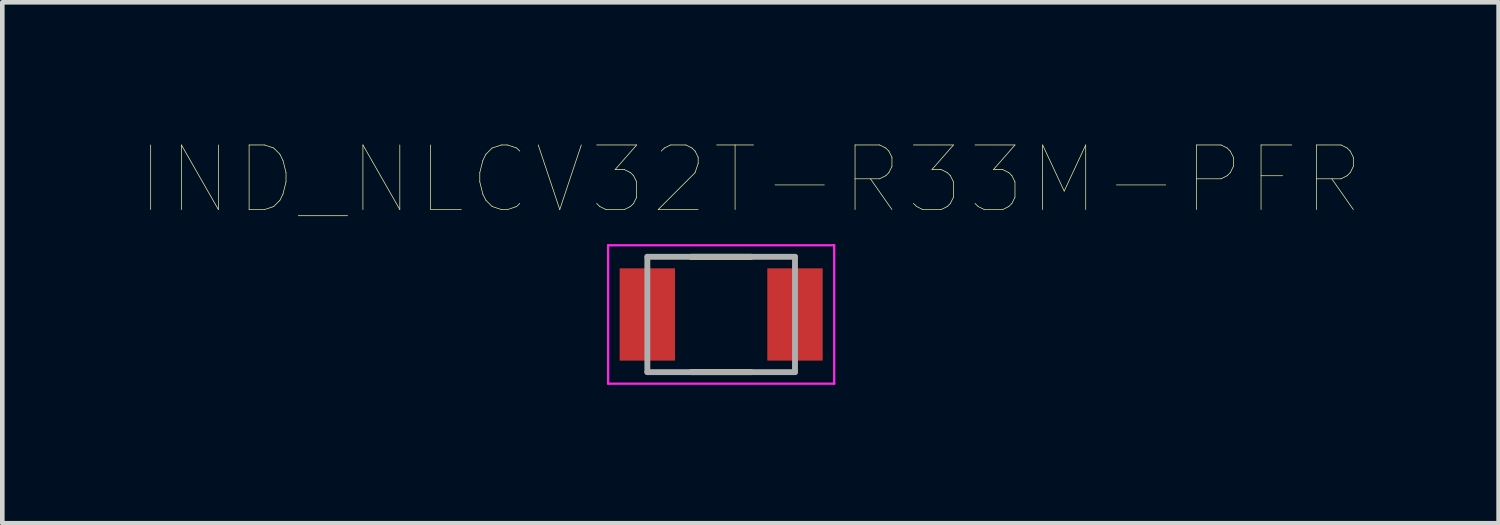
<source format=kicad_pcb>
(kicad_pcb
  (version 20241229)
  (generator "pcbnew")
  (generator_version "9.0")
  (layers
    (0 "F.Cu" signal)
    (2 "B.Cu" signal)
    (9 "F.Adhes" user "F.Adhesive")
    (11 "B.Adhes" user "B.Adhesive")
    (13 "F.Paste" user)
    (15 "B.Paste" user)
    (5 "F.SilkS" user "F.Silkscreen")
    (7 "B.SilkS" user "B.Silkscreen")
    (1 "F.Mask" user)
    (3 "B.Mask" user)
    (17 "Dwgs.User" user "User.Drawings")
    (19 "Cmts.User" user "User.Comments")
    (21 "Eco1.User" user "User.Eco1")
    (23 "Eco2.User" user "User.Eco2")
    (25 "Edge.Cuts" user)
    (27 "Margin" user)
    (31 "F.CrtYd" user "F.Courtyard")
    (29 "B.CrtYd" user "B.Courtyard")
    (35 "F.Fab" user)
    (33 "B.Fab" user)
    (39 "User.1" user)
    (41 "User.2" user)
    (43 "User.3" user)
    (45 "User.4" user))
  (footprint "IND_NLCV32T-R33M-PFR"
    (layer "F.Cu")
    (at 12.581 3.766)
    (property "Reference" "IND_NLCV32T-R33M-PFR" (at 0.635 -2.921 0) (layer "F.SilkS") (effects (font (size 1.4 1.4) (thickness 0.015))))
    (attr through_hole)
    (fp_line (start -0.65 -1.25) (end 0.65 -1.25) (stroke (width 0.127) (type solid)) (layer "F.SilkS"))
    (fp_line (start -0.65 1.25) (end 0.65 1.25) (stroke (width 0.127) (type solid)) (layer "F.SilkS"))
    (fp_line (start -2.45 -1.5) (end 2.45 -1.5) (stroke (width 0.05) (type solid)) (layer "F.CrtYd"))
    (fp_line (start -2.45 1.5) (end -2.45 -1.5) (stroke (width 0.05) (type solid)) (layer "F.CrtYd"))
    (fp_line (start 2.45 -1.5) (end 2.45 1.5) (stroke (width 0.05) (type solid)) (layer "F.CrtYd"))
    (fp_line (start 2.45 1.5) (end -2.45 1.5) (stroke (width 0.05) (type solid)) (layer "F.CrtYd"))
    (fp_line (start -1.6 -1.25) (end 1.6 -1.25) (stroke (width 0.127) (type solid)) (layer "F.Fab"))
    (fp_line (start -1.6 1.25) (end -1.6 -1.25) (stroke (width 0.127) (type solid)) (layer "F.Fab"))
    (fp_line (start 1.6 -1.25) (end 1.6 1.25) (stroke (width 0.127) (type solid)) (layer "F.Fab"))
    (fp_line (start 1.6 1.25) (end -1.6 1.25) (stroke (width 0.127) (type solid)) (layer "F.Fab"))
    (pad "1" smd rect (at -1.6 0) (size 1.2 2) (layers "F.Cu" "F.Mask" "F.Paste"))
    (pad "2" smd rect (at 1.6 0) (size 1.2 2) (layers "F.Cu" "F.Mask" "F.Paste")))
  (gr_rect
    (start -3 -3)
    (end 29.432 8.291)
    (stroke (width 0.1) (type default))
    (fill no)
    (layer "Edge.Cuts")))
</source>
